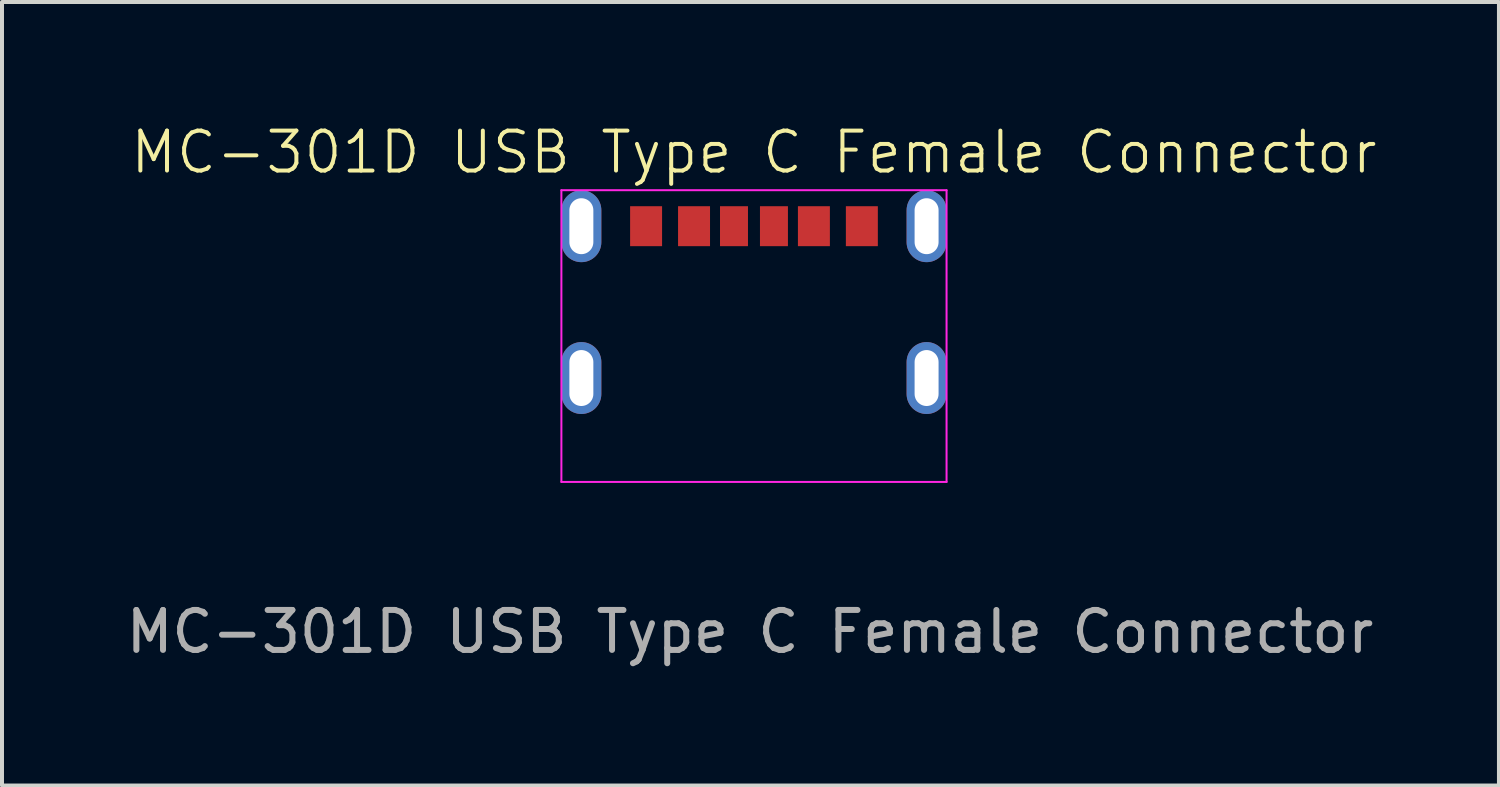
<source format=kicad_pcb>
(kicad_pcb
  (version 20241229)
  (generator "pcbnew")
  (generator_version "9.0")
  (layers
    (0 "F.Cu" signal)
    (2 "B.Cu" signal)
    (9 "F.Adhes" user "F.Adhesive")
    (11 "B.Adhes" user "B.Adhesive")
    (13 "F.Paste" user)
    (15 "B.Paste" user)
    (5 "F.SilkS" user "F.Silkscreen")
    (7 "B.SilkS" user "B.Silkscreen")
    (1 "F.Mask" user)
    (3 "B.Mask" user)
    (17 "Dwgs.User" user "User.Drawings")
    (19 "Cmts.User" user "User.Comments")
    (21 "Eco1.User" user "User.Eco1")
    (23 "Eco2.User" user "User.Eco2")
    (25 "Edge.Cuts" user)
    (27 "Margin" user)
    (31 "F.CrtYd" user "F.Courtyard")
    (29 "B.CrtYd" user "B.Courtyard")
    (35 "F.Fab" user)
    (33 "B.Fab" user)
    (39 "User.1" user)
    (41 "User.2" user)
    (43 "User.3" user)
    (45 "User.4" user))
  (footprint "MC-301D USB Type C Female Connector"
    (layer "F.Cu")
    (at 15.82 5.361)
    (property "Reference" "MC-301D USB Type C Female Connector" (at 0 -4.6 0) (unlocked yes) (layer "F.SilkS") (effects (font (size 1 1) (thickness 0.1))))
    (attr smd)
    (fp_line (start -4.82 -3.65) (end -4.82 3.65) (stroke (width 0.05) (type default)) (layer "F.CrtYd"))
    (fp_line (start -4.82 3.65) (end 4.82 3.65) (stroke (width 0.05) (type default)) (layer "F.CrtYd"))
    (fp_line (start 4.82 -3.65) (end -4.82 -3.65) (stroke (width 0.05) (type default)) (layer "F.CrtYd"))
    (fp_line (start 4.82 3.65) (end 4.82 -3.65) (stroke (width 0.05) (type default)) (layer "F.CrtYd"))
    (fp_text user "${REFERENCE}" (at -0.1 7.4 0) (unlocked yes) (layer "F.Fab") (effects (font (size 1 1) (thickness 0.15))))
    (pad "A5" smd rect (at -0.5 -2.75) (size 0.7 1) (layers "F.Cu" "F.Mask" "F.Paste"))
    (pad "A9" smd rect (at 1.5 -2.75) (size 0.8 1) (layers "F.Cu" "F.Mask" "F.Paste"))
    (pad "A12" smd rect (at 2.7 -2.75) (size 0.8 1) (layers "F.Cu" "F.Mask" "F.Paste"))
    (pad "B5" smd rect (at 0.5 -2.75) (size 0.7 1) (layers "F.Cu" "F.Mask" "F.Paste"))
    (pad "B9" smd rect (at -1.5 -2.75) (size 0.8 1) (layers "F.Cu" "F.Mask" "F.Paste"))
    (pad "B12" smd rect (at -2.7 -2.75) (size 0.8 1) (layers "F.Cu" "F.Mask" "F.Paste"))
    (pad "S1" thru_hole oval (at -4.32 -2.75) (size 1 1.8) (drill oval 0.6 1.4) (layers "*.Cu" "*.Mask"))
    (pad "S1" thru_hole oval (at -4.32 1.05) (size 1 1.8) (drill oval 0.6 1.4) (layers "*.Cu" "*.Mask"))
    (pad "S1" thru_hole oval (at 4.32 -2.75) (size 1 1.8) (drill oval 0.6 1.4) (layers "*.Cu" "*.Mask"))
    (pad "S1" thru_hole oval (at 4.32 1.05) (size 1 1.8) (drill oval 0.6 1.4) (layers "*.Cu" "*.Mask")))
  (gr_rect
    (start -3 -3)
    (end 34.465 16.609)
    (stroke (width 0.1) (type default))
    (fill no)
    (layer "Edge.Cuts")))
</source>
